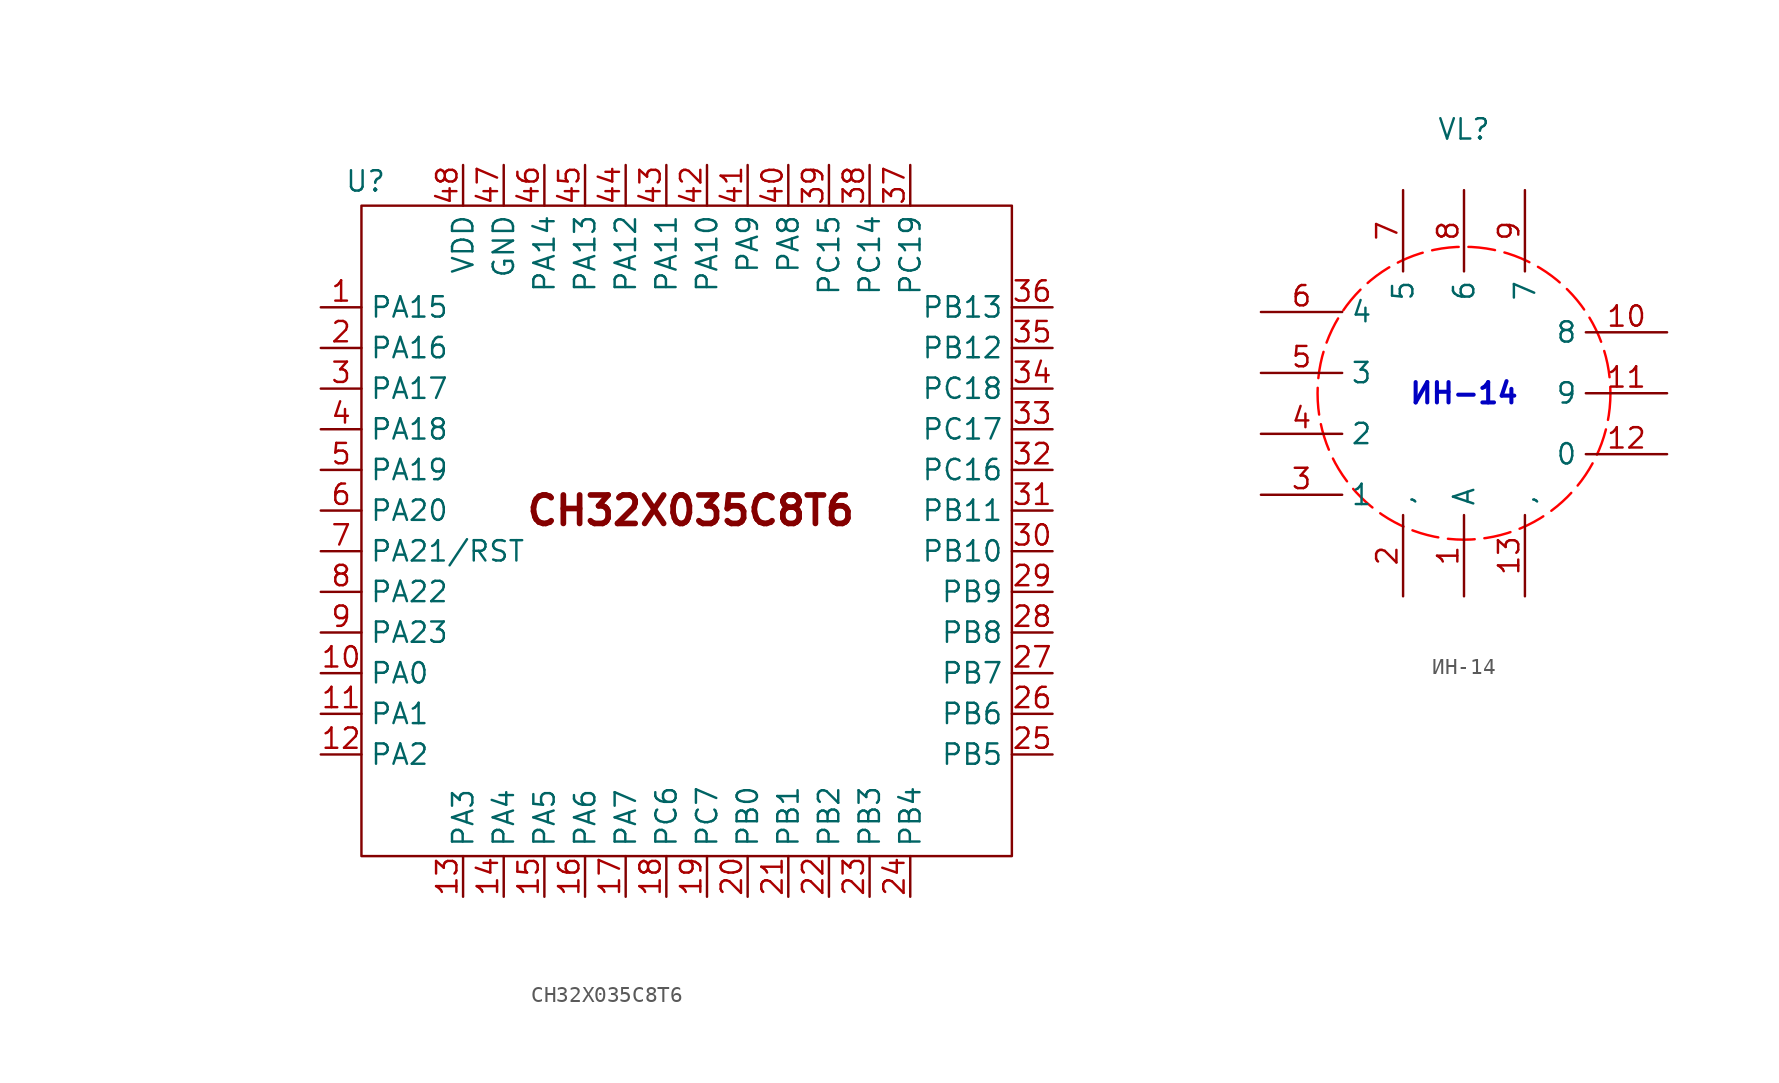
<source format=kicad_sym>
(kicad_symbol_lib
  (version 20231120)
  (generator "kicad_symbol_editor")
  (generator_version "8.0")
  (symbol "CH32X035C8T6"
    (property "Reference" "U"
      (at -21.336 1.524 0)
      (effects (font (size 1.27 1.27))))
    (property "Value" ""
      (at -34.29 3.81 0)
      (effects (font (size 1.27 1.27))))
    (symbol "CH32X035C8T6_0_1"
      (rectangle (start -21.59 0) (end 19.05 -40.64) (stroke (width 0) (type default)) (fill (type none))))
    (symbol "CH32X035C8T6_1_1"
      (text "CH32X035C8T6" (at -1.016 -19.05 0) (effects (font (size 1.778 1.778) (thickness 0.356) (bold yes))))
      (pin bidirectional line (at -24.13 -6.35 0) (length 2.54) (name "PA15" (effects (font (size 1.27 1.27)))) (number "1" (effects (font (size 1.27 1.27)))))
      (pin bidirectional line (at -24.13 -29.21 0) (length 2.54) (name "PA0" (effects (font (size 1.27 1.27)))) (number "10" (effects (font (size 1.27 1.27)))))
      (pin bidirectional line (at -24.13 -31.75 0) (length 2.54) (name "PA1" (effects (font (size 1.27 1.27)))) (number "11" (effects (font (size 1.27 1.27)))))
      (pin bidirectional line (at -24.13 -34.29 0) (length 2.54) (name "PA2" (effects (font (size 1.27 1.27)))) (number "12" (effects (font (size 1.27 1.27)))))
      (pin bidirectional line (at -15.24 -43.18 90) (length 2.54) (name "PA3" (effects (font (size 1.27 1.27)))) (number "13" (effects (font (size 1.27 1.27)))))
      (pin bidirectional line (at -12.7 -43.18 90) (length 2.54) (name "PA4" (effects (font (size 1.27 1.27)))) (number "14" (effects (font (size 1.27 1.27)))))
      (pin bidirectional line (at -10.16 -43.18 90) (length 2.54) (name "PA5" (effects (font (size 1.27 1.27)))) (number "15" (effects (font (size 1.27 1.27)))))
      (pin bidirectional line (at -7.62 -43.18 90) (length 2.54) (name "PA6" (effects (font (size 1.27 1.27)))) (number "16" (effects (font (size 1.27 1.27)))))
      (pin bidirectional line (at -5.08 -43.18 90) (length 2.54) (name "PA7" (effects (font (size 1.27 1.27)))) (number "17" (effects (font (size 1.27 1.27)))))
      (pin bidirectional line (at -2.54 -43.18 90) (length 2.54) (name "PC6" (effects (font (size 1.27 1.27)))) (number "18" (effects (font (size 1.27 1.27)))))
      (pin bidirectional line (at 0 -43.18 90) (length 2.54) (name "PC7" (effects (font (size 1.27 1.27)))) (number "19" (effects (font (size 1.27 1.27)))))
      (pin bidirectional line (at -24.13 -8.89 0) (length 2.54) (name "PA16" (effects (font (size 1.27 1.27)))) (number "2" (effects (font (size 1.27 1.27)))))
      (pin bidirectional line (at 2.54 -43.18 90) (length 2.54) (name "PB0" (effects (font (size 1.27 1.27)))) (number "20" (effects (font (size 1.27 1.27)))))
      (pin bidirectional line (at 5.08 -43.18 90) (length 2.54) (name "PB1" (effects (font (size 1.27 1.27)))) (number "21" (effects (font (size 1.27 1.27)))))
      (pin bidirectional line (at 7.62 -43.18 90) (length 2.54) (name "PB2" (effects (font (size 1.27 1.27)))) (number "22" (effects (font (size 1.27 1.27)))))
      (pin bidirectional line (at 10.16 -43.18 90) (length 2.54) (name "PB3" (effects (font (size 1.27 1.27)))) (number "23" (effects (font (size 1.27 1.27)))))
      (pin bidirectional line (at 12.7 -43.18 90) (length 2.54) (name "PB4" (effects (font (size 1.27 1.27)))) (number "24" (effects (font (size 1.27 1.27)))))
      (pin bidirectional line (at 21.59 -34.29 180) (length 2.54) (name "PB5" (effects (font (size 1.27 1.27)))) (number "25" (effects (font (size 1.27 1.27)))))
      (pin bidirectional line (at 21.59 -31.75 180) (length 2.54) (name "PB6" (effects (font (size 1.27 1.27)))) (number "26" (effects (font (size 1.27 1.27)))))
      (pin bidirectional line (at 21.59 -29.21 180) (length 2.54) (name "PB7" (effects (font (size 1.27 1.27)))) (number "27" (effects (font (size 1.27 1.27)))))
      (pin bidirectional line (at 21.59 -26.67 180) (length 2.54) (name "PB8" (effects (font (size 1.27 1.27)))) (number "28" (effects (font (size 1.27 1.27)))))
      (pin bidirectional line (at 21.59 -24.13 180) (length 2.54) (name "PB9" (effects (font (size 1.27 1.27)))) (number "29" (effects (font (size 1.27 1.27)))))
      (pin bidirectional line (at -24.13 -11.43 0) (length 2.54) (name "PA17" (effects (font (size 1.27 1.27)))) (number "3" (effects (font (size 1.27 1.27)))))
      (pin bidirectional line (at 21.59 -21.59 180) (length 2.54) (name "PB10" (effects (font (size 1.27 1.27)))) (number "30" (effects (font (size 1.27 1.27)))))
      (pin bidirectional line (at 21.59 -19.05 180) (length 2.54) (name "PB11" (effects (font (size 1.27 1.27)))) (number "31" (effects (font (size 1.27 1.27)))))
      (pin bidirectional line (at 21.59 -16.51 180) (length 2.54) (name "PC16" (effects (font (size 1.27 1.27)))) (number "32" (effects (font (size 1.27 1.27)))))
      (pin bidirectional line (at 21.59 -13.97 180) (length 2.54) (name "PC17" (effects (font (size 1.27 1.27)))) (number "33" (effects (font (size 1.27 1.27)))))
      (pin bidirectional line (at 21.59 -11.43 180) (length 2.54) (name "PC18" (effects (font (size 1.27 1.27)))) (number "34" (effects (font (size 1.27 1.27)))))
      (pin bidirectional line (at 21.59 -8.89 180) (length 2.54) (name "PB12" (effects (font (size 1.27 1.27)))) (number "35" (effects (font (size 1.27 1.27)))))
      (pin bidirectional line (at 21.59 -6.35 180) (length 2.54) (name "PB13" (effects (font (size 1.27 1.27)))) (number "36" (effects (font (size 1.27 1.27)))))
      (pin bidirectional line (at 12.7 2.54 270) (length 2.54) (name "PC19" (effects (font (size 1.27 1.27)))) (number "37" (effects (font (size 1.27 1.27)))))
      (pin bidirectional line (at 10.16 2.54 270) (length 2.54) (name "PC14" (effects (font (size 1.27 1.27)))) (number "38" (effects (font (size 1.27 1.27)))))
      (pin bidirectional line (at 7.62 2.54 270) (length 2.54) (name "PC15" (effects (font (size 1.27 1.27)))) (number "39" (effects (font (size 1.27 1.27)))))
      (pin bidirectional line (at -24.13 -13.97 0) (length 2.54) (name "PA18" (effects (font (size 1.27 1.27)))) (number "4" (effects (font (size 1.27 1.27)))))
      (pin bidirectional line (at 5.08 2.54 270) (length 2.54) (name "PA8" (effects (font (size 1.27 1.27)))) (number "40" (effects (font (size 1.27 1.27)))))
      (pin bidirectional line (at 2.54 2.54 270) (length 2.54) (name "PA9" (effects (font (size 1.27 1.27)))) (number "41" (effects (font (size 1.27 1.27)))))
      (pin bidirectional line (at 0 2.54 270) (length 2.54) (name "PA10" (effects (font (size 1.27 1.27)))) (number "42" (effects (font (size 1.27 1.27)))))
      (pin bidirectional line (at -2.54 2.54 270) (length 2.54) (name "PA11" (effects (font (size 1.27 1.27)))) (number "43" (effects (font (size 1.27 1.27)))))
      (pin bidirectional line (at -5.08 2.54 270) (length 2.54) (name "PA12" (effects (font (size 1.27 1.27)))) (number "44" (effects (font (size 1.27 1.27)))))
      (pin bidirectional line (at -7.62 2.54 270) (length 2.54) (name "PA13" (effects (font (size 1.27 1.27)))) (number "45" (effects (font (size 1.27 1.27)))))
      (pin bidirectional line (at -10.16 2.54 270) (length 2.54) (name "PA14" (effects (font (size 1.27 1.27)))) (number "46" (effects (font (size 1.27 1.27)))))
      (pin power_in line (at -12.7 2.54 270) (length 2.54) (name "GND" (effects (font (size 1.27 1.27)))) (number "47" (effects (font (size 1.27 1.27)))))
      (pin power_in line (at -15.24 2.54 270) (length 2.54) (name "VDD" (effects (font (size 1.27 1.27)))) (number "48" (effects (font (size 1.27 1.27)))))
      (pin bidirectional line (at -24.13 -16.51 0) (length 2.54) (name "PA19" (effects (font (size 1.27 1.27)))) (number "5" (effects (font (size 1.27 1.27)))))
      (pin bidirectional line (at -24.13 -19.05 0) (length 2.54) (name "PA20" (effects (font (size 1.27 1.27)))) (number "6" (effects (font (size 1.27 1.27)))))
      (pin bidirectional line (at -24.13 -21.59 0) (length 2.54) (name "PA21/RST" (effects (font (size 1.27 1.27)))) (number "7" (effects (font (size 1.27 1.27)))))
      (pin bidirectional line (at -24.13 -24.13 0) (length 2.54) (name "PA22" (effects (font (size 1.27 1.27)))) (number "8" (effects (font (size 1.27 1.27)))))
      (pin bidirectional line (at -24.13 -26.67 0) (length 2.54) (name "PA23" (effects (font (size 1.27 1.27)))) (number "9" (effects (font (size 1.27 1.27)))))))
  (symbol "ИН-14"
    (property "Reference" "VL"
      (at 0 0 0)
      (effects (font (size 1.27 1.27))))
    (property "Value" ""
      (at 0 0 0)
      (effects (font (size 1.27 1.27))))
    (symbol "ИН-14_1_1"
      (circle (center 0 -16.51) (radius 9.158) (stroke (width 0) (type dash) (color 255 0 0 1)) (fill (type none)))
      (text "ИН-14" (at 0 -16.51 0) (effects (font (size 1.27 1.27) (bold yes) (color 0 0 194 1))))
      (pin input line (at 0 -29.21 90) (length 5.08) (name "A" (effects (font (size 1.27 1.27)))) (number "1" (effects (font (size 1.27 1.27)))))
      (pin input line (at 12.7 -12.7 180) (length 5.08) (name "8" (effects (font (size 1.27 1.27)))) (number "10" (effects (font (size 1.27 1.27)))))
      (pin input line (at 12.7 -16.51 180) (length 5.08) (name "9" (effects (font (size 1.27 1.27)))) (number "11" (effects (font (size 1.27 1.27)))))
      (pin input line (at 12.7 -20.32 180) (length 5.08) (name "0" (effects (font (size 1.27 1.27)))) (number "12" (effects (font (size 1.27 1.27)))))
      (pin input line (at 3.81 -29.21 90) (length 5.08) (name "," (effects (font (size 1.27 1.27)))) (number "13" (effects (font (size 1.27 1.27)))))
      (pin input line (at -3.81 -29.21 90) (length 5.08) (name "," (effects (font (size 1.27 1.27)))) (number "2" (effects (font (size 1.27 1.27)))))
      (pin input line (at -12.7 -22.86 0) (length 5.08) (name "1" (effects (font (size 1.27 1.27)))) (number "3" (effects (font (size 1.27 1.27)))))
      (pin input line (at -12.7 -19.05 0) (length 5.08) (name "2" (effects (font (size 1.27 1.27)))) (number "4" (effects (font (size 1.27 1.27)))))
      (pin input line (at -12.7 -15.24 0) (length 5.08) (name "3" (effects (font (size 1.27 1.27)))) (number "5" (effects (font (size 1.27 1.27)))))
      (pin input line (at -12.7 -11.43 0) (length 5.08) (name "4" (effects (font (size 1.27 1.27)))) (number "6" (effects (font (size 1.27 1.27)))))
      (pin input line (at -3.81 -3.81 270) (length 5.08) (name "5" (effects (font (size 1.27 1.27)))) (number "7" (effects (font (size 1.27 1.27)))))
      (pin input line (at 0 -3.81 270) (length 5.08) (name "6" (effects (font (size 1.27 1.27)))) (number "8" (effects (font (size 1.27 1.27)))))
      (pin input line (at 3.81 -3.81 270) (length 5.08) (name "7" (effects (font (size 1.27 1.27)))) (number "9" (effects (font (size 1.27 1.27))))))))
</source>
